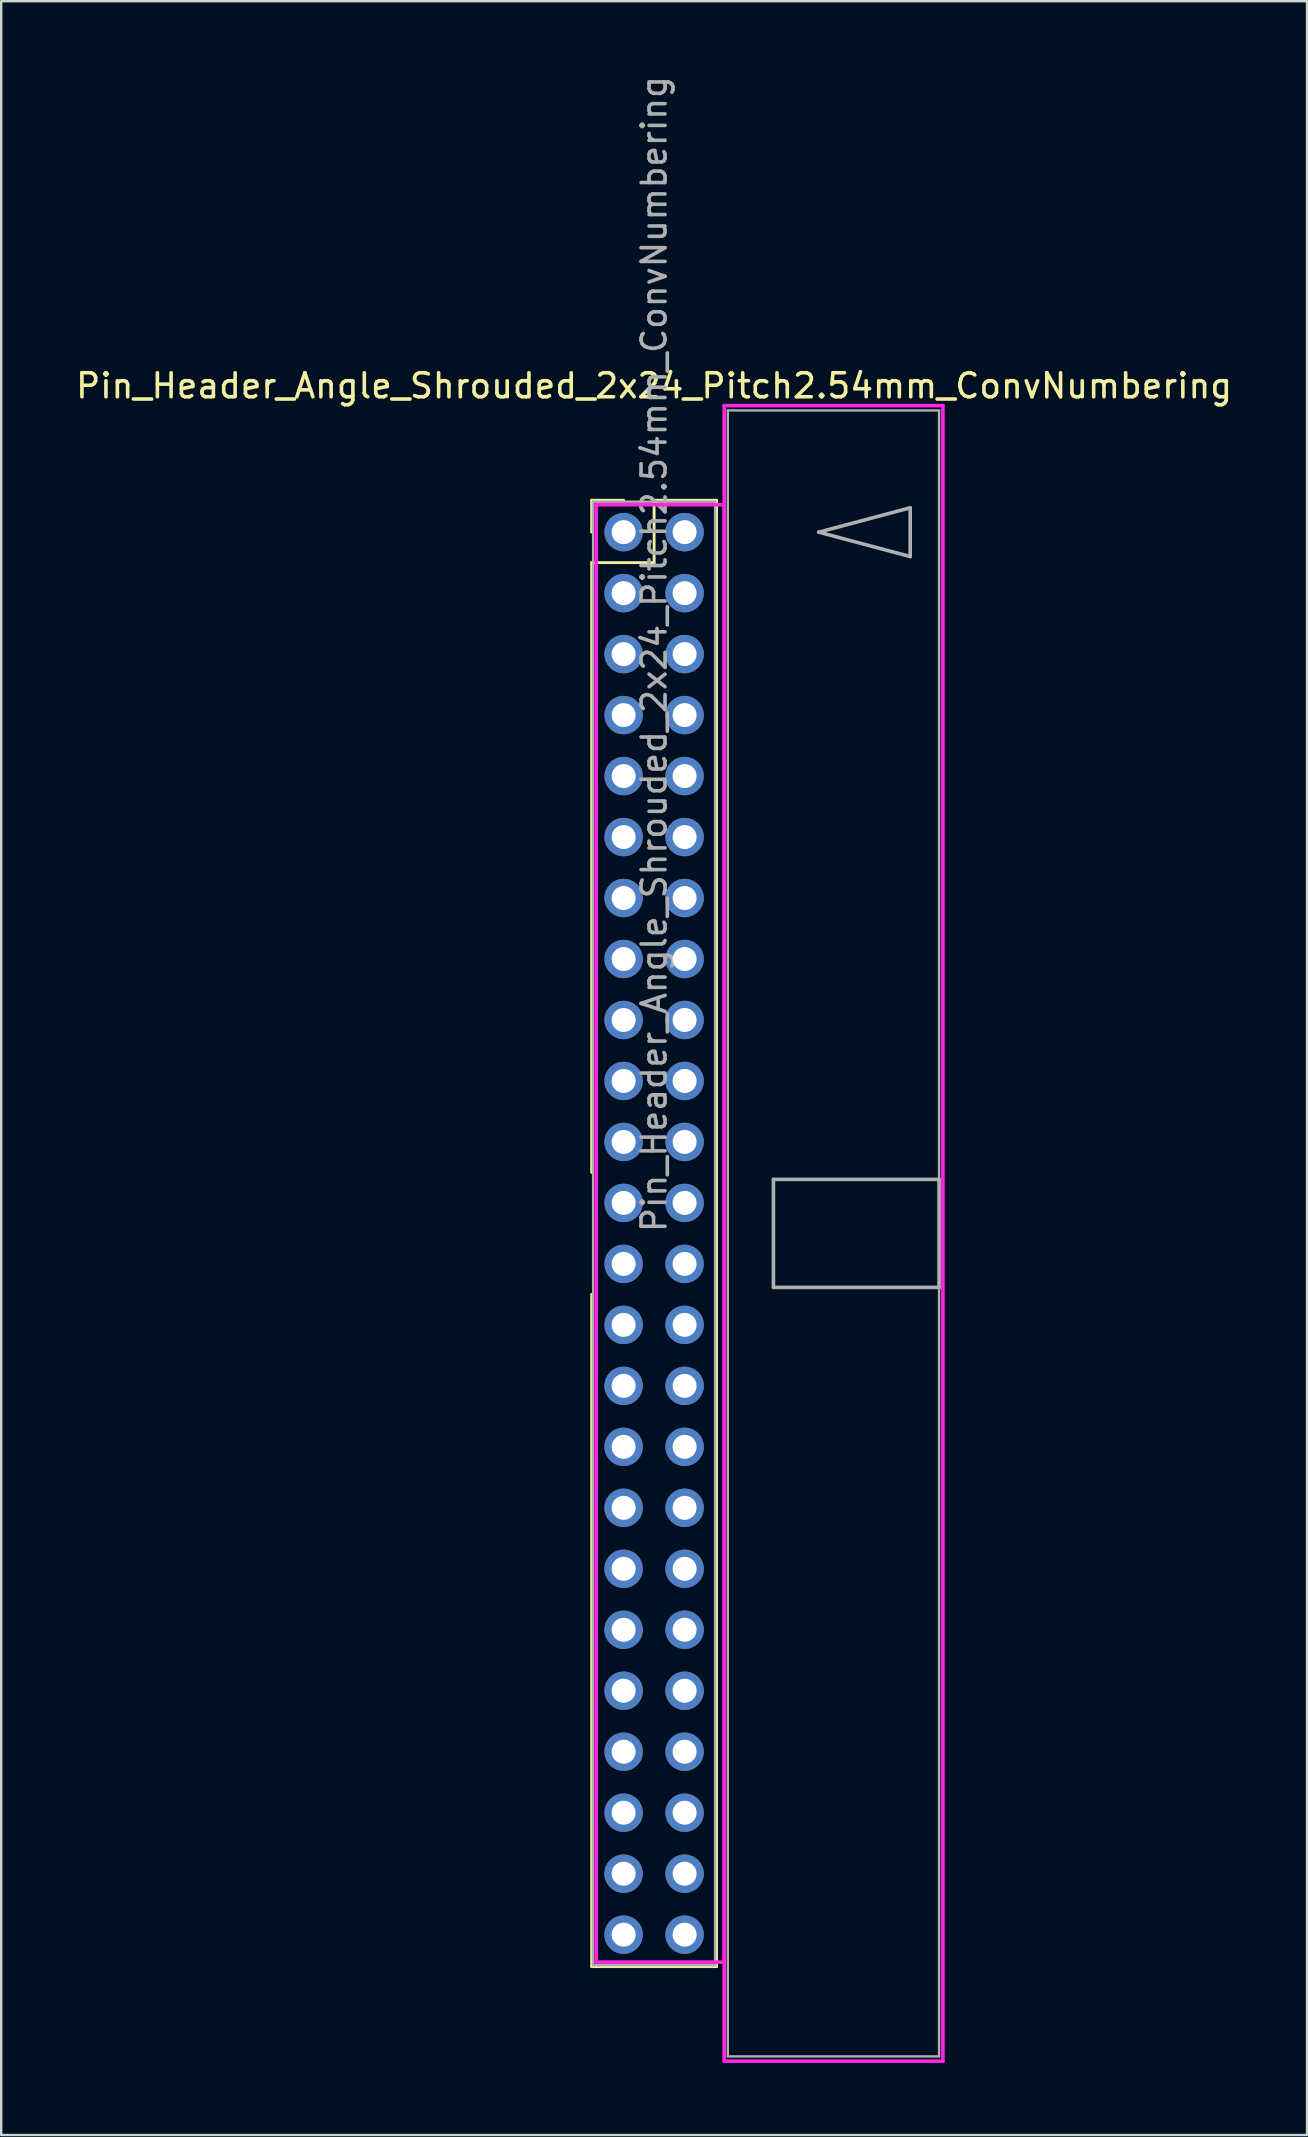
<source format=kicad_pcb>
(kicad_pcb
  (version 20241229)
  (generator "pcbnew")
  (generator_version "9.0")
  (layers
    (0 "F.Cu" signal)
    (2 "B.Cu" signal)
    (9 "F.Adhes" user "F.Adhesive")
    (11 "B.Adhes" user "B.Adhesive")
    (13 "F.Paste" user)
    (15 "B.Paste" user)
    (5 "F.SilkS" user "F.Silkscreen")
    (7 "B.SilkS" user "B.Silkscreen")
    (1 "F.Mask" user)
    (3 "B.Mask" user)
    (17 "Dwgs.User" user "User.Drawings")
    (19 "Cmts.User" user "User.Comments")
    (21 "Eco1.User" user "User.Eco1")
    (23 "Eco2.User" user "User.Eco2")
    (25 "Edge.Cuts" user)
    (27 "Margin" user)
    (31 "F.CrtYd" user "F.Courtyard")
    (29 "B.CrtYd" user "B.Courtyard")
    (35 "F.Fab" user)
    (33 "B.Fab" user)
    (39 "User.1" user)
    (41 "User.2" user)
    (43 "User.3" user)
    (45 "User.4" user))
  (footprint "Pin_Header_Angle_Shrouded_2x24_Pitch2.54mm_ConvNumbering"
    (layer "F.Cu")
    (at 22.926 19.116)
    (property "Reference" "Pin_Header_Angle_Shrouded_2x24_Pitch2.54mm_ConvNumbering" (at 1.27 -6.096 0) (layer "F.SilkS") (effects (font (size 1 1) (thickness 0.15))))
    (attr through_hole)
    (fp_line (start -1.33 -1.33) (end 0 -1.33) (stroke (width 0.12) (type solid)) (layer "F.SilkS"))
    (fp_line (start -1.33 0) (end -1.33 -1.33) (stroke (width 0.12) (type solid)) (layer "F.SilkS"))
    (fp_line (start -1.33 1.27) (end -1.33 26.67) (stroke (width 0.12) (type solid)) (layer "F.SilkS"))
    (fp_line (start -1.33 1.27) (end 1.27 1.27) (stroke (width 0.12) (type solid)) (layer "F.SilkS"))
    (fp_line (start -1.33 31.75) (end -1.33 59.75) (stroke (width 0.12) (type solid)) (layer "F.SilkS"))
    (fp_line (start -1.33 59.75) (end 3.87 59.75) (stroke (width 0.12) (type solid)) (layer "F.SilkS"))
    (fp_line (start 1.27 -1.33) (end 3.87 -1.33) (stroke (width 0.12) (type solid)) (layer "F.SilkS"))
    (fp_line (start 1.27 1.27) (end 1.27 -1.33) (stroke (width 0.12) (type solid)) (layer "F.SilkS"))
    (fp_line (start 3.87 -1.33) (end 3.87 59.75) (stroke (width 0.12) (type solid)) (layer "F.SilkS"))
    (fp_line (start -1.143 -1.143) (end -1.143 59.563) (stroke (width 0.15) (type solid)) (layer "F.CrtYd"))
    (fp_line (start -1.143 59.563) (end 4.19 59.563) (stroke (width 0.15) (type solid)) (layer "F.CrtYd"))
    (fp_line (start 4.19 -5.27) (end 4.19 63.69) (stroke (width 0.15) (type solid)) (layer "F.CrtYd"))
    (fp_line (start 4.19 -1.143) (end -1.143 -1.143) (stroke (width 0.15) (type solid)) (layer "F.CrtYd"))
    (fp_line (start 4.19 59.563) (end 4.19 -1.143) (stroke (width 0.15) (type solid)) (layer "F.CrtYd"))
    (fp_line (start 4.19 63.69) (end 13.3 63.69) (stroke (width 0.15) (type solid)) (layer "F.CrtYd"))
    (fp_line (start 13.3 -5.27) (end 4.19 -5.27) (stroke (width 0.15) (type solid)) (layer "F.CrtYd"))
    (fp_line (start 13.3 63.69) (end 13.3 -5.27) (stroke (width 0.15) (type solid)) (layer "F.CrtYd"))
    (fp_line (start -1.27 -1.27) (end -1.27 59.69) (stroke (width 0.1) (type solid)) (layer "F.Fab"))
    (fp_line (start -1.27 59.69) (end 3.81 59.69) (stroke (width 0.1) (type solid)) (layer "F.Fab"))
    (fp_line (start 3.81 -1.27) (end -1.27 -1.27) (stroke (width 0.1) (type solid)) (layer "F.Fab"))
    (fp_line (start 3.81 59.69) (end 3.81 -1.27) (stroke (width 0.1) (type solid)) (layer "F.Fab"))
    (fp_line (start 4.34 -5.07) (end 4.34 63.49) (stroke (width 0.1) (type solid)) (layer "F.Fab"))
    (fp_line (start 4.34 63.49) (end 13.14 63.49) (stroke (width 0.1) (type solid)) (layer "F.Fab"))
    (fp_line (start 6.24 26.96) (end 6.24 31.46) (stroke (width 0.15) (type solid)) (layer "F.Fab"))
    (fp_line (start 6.24 31.46) (end 13.14 31.46) (stroke (width 0.15) (type solid)) (layer "F.Fab"))
    (fp_line (start 8.128 0) (end 11.938 -1.016) (stroke (width 0.15) (type solid)) (layer "F.Fab"))
    (fp_line (start 11.938 -1.016) (end 11.938 1.016) (stroke (width 0.15) (type solid)) (layer "F.Fab"))
    (fp_line (start 11.938 1.016) (end 8.128 0) (stroke (width 0.15) (type solid)) (layer "F.Fab"))
    (fp_line (start 13.14 -5.07) (end 4.34 -5.07) (stroke (width 0.1) (type solid)) (layer "F.Fab"))
    (fp_line (start 13.14 26.96) (end 6.24 26.96) (stroke (width 0.15) (type solid)) (layer "F.Fab"))
    (fp_line (start 13.14 31.46) (end 13.14 26.96) (stroke (width 0.15) (type solid)) (layer "F.Fab"))
    (fp_line (start 13.14 63.49) (end 13.14 -5.07) (stroke (width 0.1) (type solid)) (layer "F.Fab"))
    (fp_text user "${REFERENCE}" (at 1.27 5.08 90) (layer "F.Fab") (effects (font (size 1 1) (thickness 0.15))))
    (pad "1" thru_hole oval (at 0 0) (size 1.6 1.6) (drill 1) (layers "*.Cu" "*.Mask"))
    (pad "2" thru_hole oval (at 2.54 0) (size 1.6 1.6) (drill 1) (layers "*.Cu" "*.Mask"))
    (pad "3" thru_hole oval (at 0 2.54) (size 1.6 1.6) (drill 1) (layers "*.Cu" "*.Mask"))
    (pad "4" thru_hole oval (at 2.54 2.54) (size 1.6 1.6) (drill 1) (layers "*.Cu" "*.Mask"))
    (pad "5" thru_hole oval (at 0 5.08) (size 1.6 1.6) (drill 1) (layers "*.Cu" "*.Mask"))
    (pad "6" thru_hole oval (at 2.54 5.08) (size 1.6 1.6) (drill 1) (layers "*.Cu" "*.Mask"))
    (pad "7" thru_hole oval (at 0 7.62) (size 1.6 1.6) (drill 1) (layers "*.Cu" "*.Mask"))
    (pad "8" thru_hole oval (at 2.54 7.62) (size 1.6 1.6) (drill 1) (layers "*.Cu" "*.Mask"))
    (pad "9" thru_hole oval (at 0 10.16) (size 1.6 1.6) (drill 1) (layers "*.Cu" "*.Mask"))
    (pad "10" thru_hole oval (at 2.54 10.16) (size 1.6 1.6) (drill 1) (layers "*.Cu" "*.Mask"))
    (pad "11" thru_hole oval (at 0 12.7) (size 1.6 1.6) (drill 1) (layers "*.Cu" "*.Mask"))
    (pad "12" thru_hole oval (at 2.54 12.7) (size 1.6 1.6) (drill 1) (layers "*.Cu" "*.Mask"))
    (pad "13" thru_hole oval (at 0 15.24) (size 1.6 1.6) (drill 1) (layers "*.Cu" "*.Mask"))
    (pad "14" thru_hole oval (at 2.54 15.24) (size 1.6 1.6) (drill 1) (layers "*.Cu" "*.Mask"))
    (pad "15" thru_hole oval (at 0 17.78) (size 1.6 1.6) (drill 1) (layers "*.Cu" "*.Mask"))
    (pad "16" thru_hole oval (at 2.54 17.78) (size 1.6 1.6) (drill 1) (layers "*.Cu" "*.Mask"))
    (pad "17" thru_hole oval (at 0 20.32) (size 1.6 1.6) (drill 1) (layers "*.Cu" "*.Mask"))
    (pad "18" thru_hole oval (at 2.54 20.32) (size 1.6 1.6) (drill 1) (layers "*.Cu" "*.Mask"))
    (pad "19" thru_hole oval (at 0 22.86) (size 1.6 1.6) (drill 1) (layers "*.Cu" "*.Mask"))
    (pad "20" thru_hole oval (at 2.54 22.86) (size 1.6 1.6) (drill 1) (layers "*.Cu" "*.Mask"))
    (pad "21" thru_hole oval (at 0 25.4) (size 1.6 1.6) (drill 1) (layers "*.Cu" "*.Mask"))
    (pad "22" thru_hole oval (at 2.54 25.4) (size 1.6 1.6) (drill 1) (layers "*.Cu" "*.Mask"))
    (pad "23" thru_hole oval (at 0 27.94) (size 1.6 1.6) (drill 1) (layers "*.Cu" "*.Mask"))
    (pad "24" thru_hole oval (at 2.54 27.94) (size 1.6 1.6) (drill 1) (layers "*.Cu" "*.Mask"))
    (pad "25" thru_hole oval (at 0 30.48) (size 1.6 1.6) (drill 1) (layers "*.Cu" "*.Mask"))
    (pad "26" thru_hole oval (at 2.54 30.48) (size 1.6 1.6) (drill 1) (layers "*.Cu" "*.Mask"))
    (pad "27" thru_hole oval (at 0 33.02) (size 1.6 1.6) (drill 1) (layers "*.Cu" "*.Mask"))
    (pad "28" thru_hole oval (at 2.54 33.02) (size 1.6 1.6) (drill 1) (layers "*.Cu" "*.Mask"))
    (pad "29" thru_hole oval (at 0 35.56) (size 1.6 1.6) (drill 1) (layers "*.Cu" "*.Mask"))
    (pad "30" thru_hole oval (at 2.54 35.56) (size 1.6 1.6) (drill 1) (layers "*.Cu" "*.Mask"))
    (pad "31" thru_hole oval (at 0 38.1) (size 1.6 1.6) (drill 1) (layers "*.Cu" "*.Mask"))
    (pad "32" thru_hole oval (at 2.54 38.1) (size 1.6 1.6) (drill 1) (layers "*.Cu" "*.Mask"))
    (pad "33" thru_hole oval (at 0 40.64) (size 1.6 1.6) (drill 1) (layers "*.Cu" "*.Mask"))
    (pad "34" thru_hole oval (at 2.54 40.64) (size 1.6 1.6) (drill 1) (layers "*.Cu" "*.Mask"))
    (pad "35" thru_hole oval (at 0 43.18) (size 1.6 1.6) (drill 1) (layers "*.Cu" "*.Mask"))
    (pad "36" thru_hole oval (at 2.54 43.18) (size 1.6 1.6) (drill 1) (layers "*.Cu" "*.Mask"))
    (pad "37" thru_hole oval (at 0 45.72) (size 1.6 1.6) (drill 1) (layers "*.Cu" "*.Mask"))
    (pad "38" thru_hole oval (at 2.54 45.72) (size 1.6 1.6) (drill 1) (layers "*.Cu" "*.Mask"))
    (pad "39" thru_hole oval (at 0 48.26) (size 1.6 1.6) (drill 1) (layers "*.Cu" "*.Mask"))
    (pad "40" thru_hole oval (at 2.54 48.26) (size 1.6 1.6) (drill 1) (layers "*.Cu" "*.Mask"))
    (pad "41" thru_hole oval (at 0 50.8) (size 1.6 1.6) (drill 1) (layers "*.Cu" "*.Mask"))
    (pad "42" thru_hole oval (at 2.54 50.8) (size 1.6 1.6) (drill 1) (layers "*.Cu" "*.Mask"))
    (pad "43" thru_hole oval (at 0 53.34) (size 1.6 1.6) (drill 1) (layers "*.Cu" "*.Mask"))
    (pad "44" thru_hole oval (at 2.54 53.34) (size 1.6 1.6) (drill 1) (layers "*.Cu" "*.Mask"))
    (pad "45" thru_hole oval (at 0 55.88) (size 1.6 1.6) (drill 1) (layers "*.Cu" "*.Mask"))
    (pad "46" thru_hole oval (at 2.54 55.88) (size 1.6 1.6) (drill 1) (layers "*.Cu" "*.Mask"))
    (pad "47" thru_hole oval (at 0 58.42) (size 1.6 1.6) (drill 1) (layers "*.Cu" "*.Mask"))
    (pad "48" thru_hole oval (at 2.54 58.42) (size 1.6 1.6) (drill 1) (layers "*.Cu" "*.Mask")))
  (gr_rect
    (start -3 -3)
    (end 51.393 85.881)
    (stroke (width 0.1) (type default))
    (fill no)
    (layer "Edge.Cuts")))
</source>
